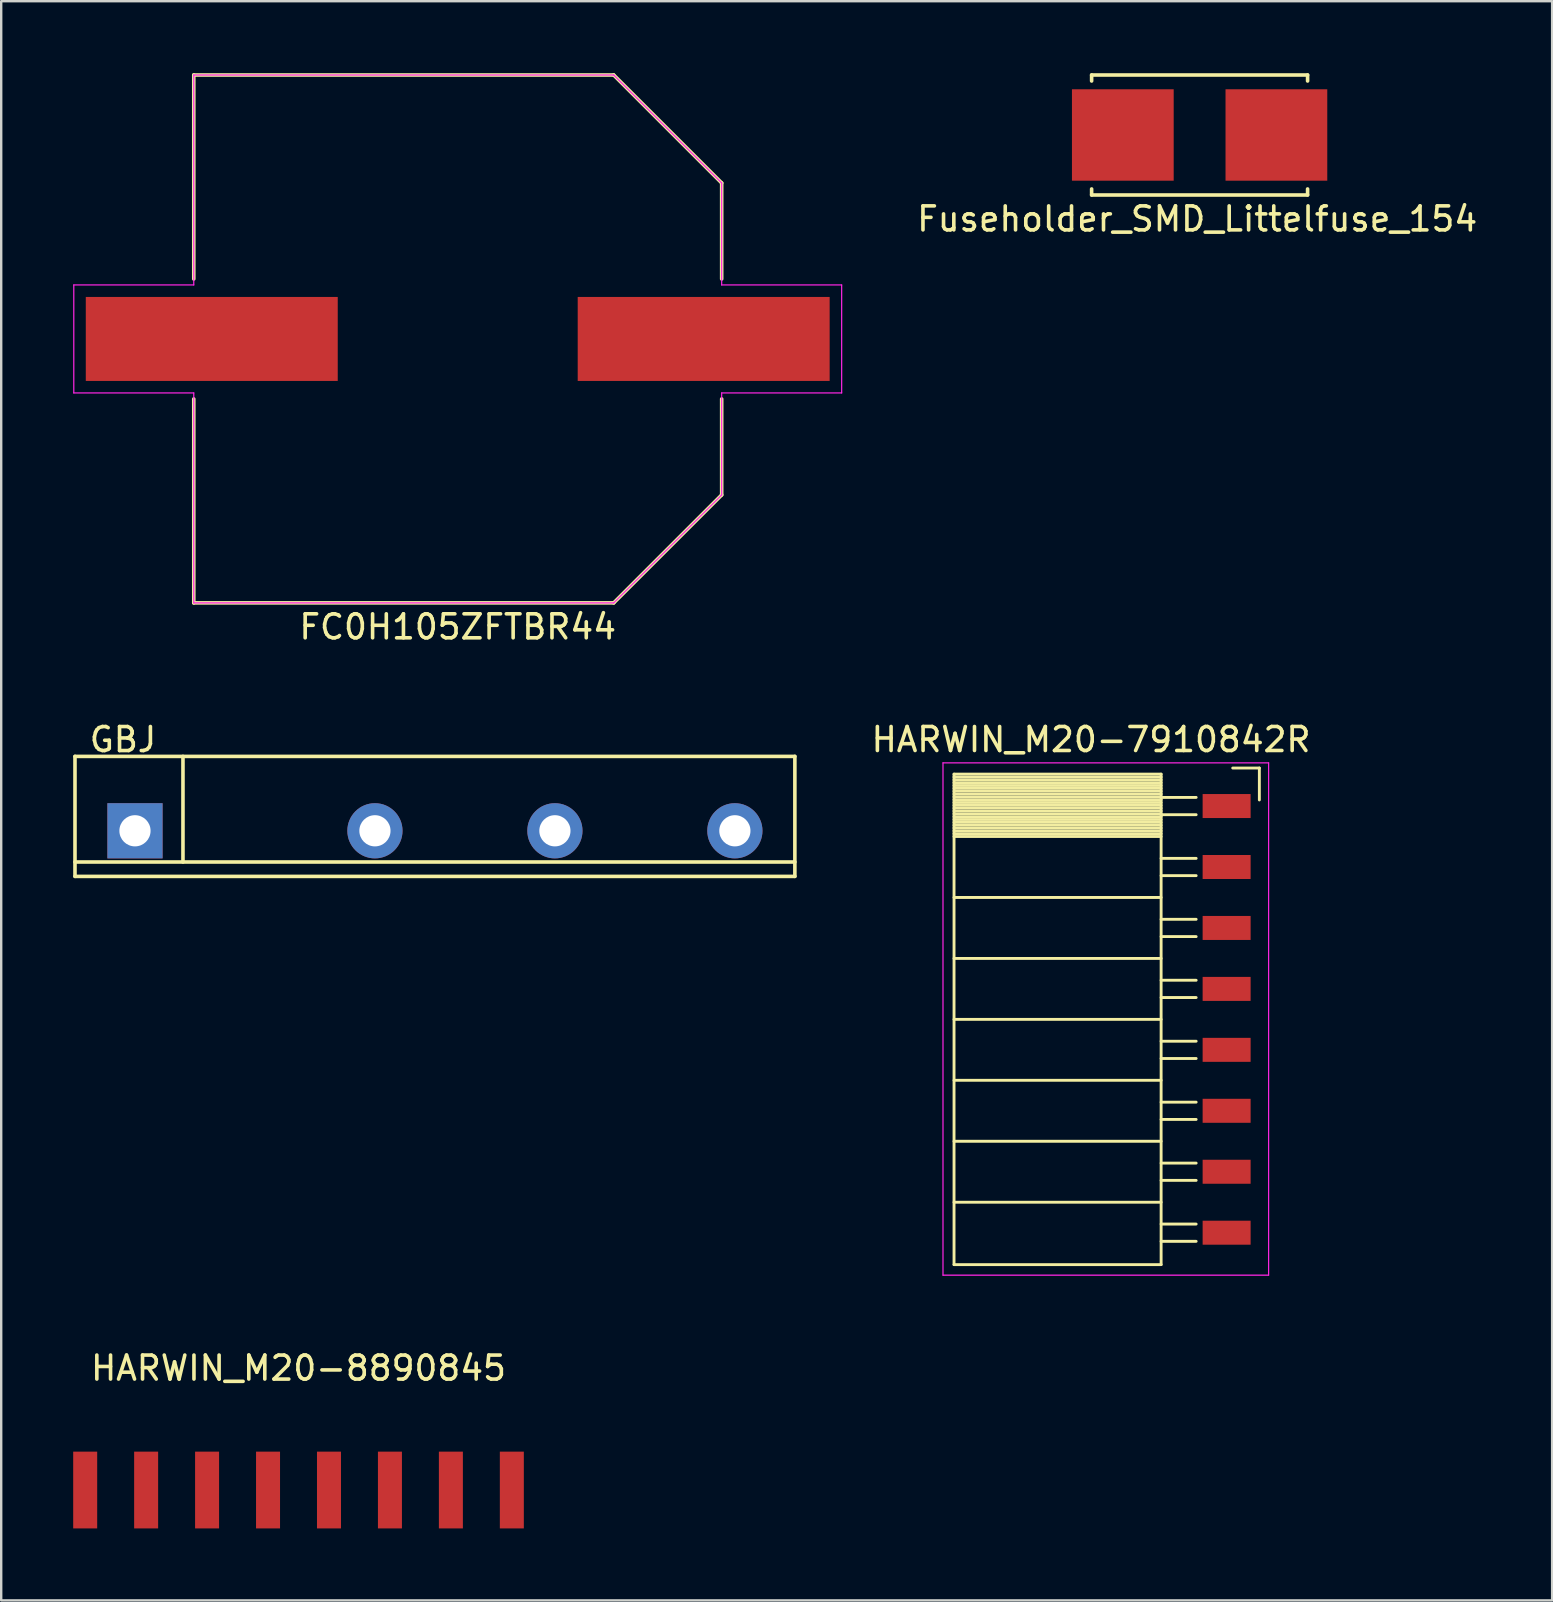
<source format=kicad_pcb>
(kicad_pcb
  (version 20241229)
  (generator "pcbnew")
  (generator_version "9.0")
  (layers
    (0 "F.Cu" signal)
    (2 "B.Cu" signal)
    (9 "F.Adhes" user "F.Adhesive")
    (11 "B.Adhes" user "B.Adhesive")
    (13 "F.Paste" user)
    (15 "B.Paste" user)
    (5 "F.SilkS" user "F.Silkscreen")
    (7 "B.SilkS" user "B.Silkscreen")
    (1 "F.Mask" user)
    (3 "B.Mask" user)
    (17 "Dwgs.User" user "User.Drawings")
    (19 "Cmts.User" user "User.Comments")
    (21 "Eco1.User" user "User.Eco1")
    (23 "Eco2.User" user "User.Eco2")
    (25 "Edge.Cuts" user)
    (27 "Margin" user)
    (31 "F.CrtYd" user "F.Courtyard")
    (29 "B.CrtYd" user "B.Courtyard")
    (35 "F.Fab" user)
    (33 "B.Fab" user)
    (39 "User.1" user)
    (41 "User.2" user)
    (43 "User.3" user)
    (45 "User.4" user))
  (footprint "Fuseholder_SMD_Littelfuse_154"
    (layer "F.Cu")
    (at 46.942 2.575)
    (property "Reference" "Fuseholder_SMD_Littelfuse_154" (at -0.1 3.5 0) (layer "F.SilkS") (effects (font (size 1 1) (thickness 0.15))))
    (attr through_hole)
    (fp_line (start -4.5 -2.5) (end -4.5 -2.25) (stroke (width 0.15) (type solid)) (layer "F.SilkS"))
    (fp_line (start -4.5 -2.5) (end 4.5 -2.5) (stroke (width 0.15) (type solid)) (layer "F.SilkS"))
    (fp_line (start -4.5 2.5) (end -4.5 2.25) (stroke (width 0.15) (type solid)) (layer "F.SilkS"))
    (fp_line (start -4.5 2.5) (end 4.5 2.5) (stroke (width 0.15) (type solid)) (layer "F.SilkS"))
    (fp_line (start 4.5 -2.5) (end 4.5 -2.25) (stroke (width 0.15) (type solid)) (layer "F.SilkS"))
    (fp_line (start 4.5 2.5) (end 4.5 2.25) (stroke (width 0.15) (type solid)) (layer "F.SilkS"))
    (pad "1" smd rect (at -3.2 0) (size 4.24 3.81) (layers "F.Cu" "F.Mask" "F.Paste"))
    (pad "2" smd rect (at 3.2 0) (size 4.24 3.81) (layers "F.Cu" "F.Mask" "F.Paste")))
  (footprint "FC0H105ZFTBR44"
    (layer "F.Cu")
    (at 16.025 11.075)
    (property "Reference" "FC0H105ZFTBR44" (at 0 12 0) (layer "F.SilkS") (effects (font (size 1 1) (thickness 0.15))))
    (attr through_hole)
    (fp_line (start -11 -11) (end 6.5 -11) (stroke (width 0.15) (type solid)) (layer "F.SilkS"))
    (fp_line (start -11 -2.5) (end -11 -11) (stroke (width 0.15) (type solid)) (layer "F.SilkS"))
    (fp_line (start -11 2.5) (end -11 11) (stroke (width 0.15) (type solid)) (layer "F.SilkS"))
    (fp_line (start -11 11) (end 6.5 11) (stroke (width 0.15) (type solid)) (layer "F.SilkS"))
    (fp_line (start 6.5 -11) (end 11 -6.5) (stroke (width 0.15) (type solid)) (layer "F.SilkS"))
    (fp_line (start 6.5 11) (end 11 6.5) (stroke (width 0.15) (type solid)) (layer "F.SilkS"))
    (fp_line (start 11 -6.5) (end 11 -2.5) (stroke (width 0.15) (type solid)) (layer "F.SilkS"))
    (fp_line (start 11 6.5) (end 11 2.5) (stroke (width 0.15) (type solid)) (layer "F.SilkS"))
    (fp_line (start -16 -2.25) (end -11 -2.25) (stroke (width 0.05) (type solid)) (layer "F.CrtYd"))
    (fp_line (start -16 2.25) (end -16 -2.25) (stroke (width 0.05) (type solid)) (layer "F.CrtYd"))
    (fp_line (start -11 -11) (end 6.5 -11) (stroke (width 0.05) (type solid)) (layer "F.CrtYd"))
    (fp_line (start -11 -2.25) (end -11 -11) (stroke (width 0.05) (type solid)) (layer "F.CrtYd"))
    (fp_line (start -11 2.25) (end -16 2.25) (stroke (width 0.05) (type solid)) (layer "F.CrtYd"))
    (fp_line (start -11 11) (end -11 2.25) (stroke (width 0.05) (type solid)) (layer "F.CrtYd"))
    (fp_line (start 6.5 -11) (end 11 -6.5) (stroke (width 0.05) (type solid)) (layer "F.CrtYd"))
    (fp_line (start 6.5 11) (end -11 11) (stroke (width 0.05) (type solid)) (layer "F.CrtYd"))
    (fp_line (start 11 -6.5) (end 11 -2.25) (stroke (width 0.05) (type solid)) (layer "F.CrtYd"))
    (fp_line (start 11 -2.25) (end 16 -2.25) (stroke (width 0.05) (type solid)) (layer "F.CrtYd"))
    (fp_line (start 11 2.25) (end 11 6.5) (stroke (width 0.05) (type solid)) (layer "F.CrtYd"))
    (fp_line (start 11 6.5) (end 6.5 11) (stroke (width 0.05) (type solid)) (layer "F.CrtYd"))
    (fp_line (start 16 -2.25) (end 16 2.25) (stroke (width 0.05) (type solid)) (layer "F.CrtYd"))
    (fp_line (start 16 2.25) (end 11 2.25) (stroke (width 0.05) (type solid)) (layer "F.CrtYd"))
    (pad "1" smd rect (at 10.25 0) (size 10.5 3.5) (layers "F.Cu" "F.Mask" "F.Paste"))
    (pad "2" smd rect (at -10.25 0) (size 10.5 3.5) (layers "F.Cu" "F.Mask" "F.Paste")))
  (footprint "HARWIN_M20-8890845"
    (layer "F.Cu")
    (at 9.39 59.045)
    (property "Reference" "HARWIN_M20-8890845" (at 0 -5.08 0) (layer "F.SilkS") (effects (font (size 1 1) (thickness 0.15))))
    (attr through_hole)
    (pad "1" smd rect (at -8.89 0) (size 1 3.2) (layers "F.Cu" "F.Mask" "F.Paste"))
    (pad "2" smd rect (at -6.35 0) (size 1 3.2) (layers "F.Cu" "F.Mask" "F.Paste"))
    (pad "3" smd rect (at -3.81 0) (size 1 3.2) (layers "F.Cu" "F.Mask" "F.Paste"))
    (pad "4" smd rect (at -1.27 0) (size 1 3.2) (layers "F.Cu" "F.Mask" "F.Paste"))
    (pad "5" smd rect (at 1.27 0) (size 1 3.2) (layers "F.Cu" "F.Mask" "F.Paste"))
    (pad "6" smd rect (at 3.81 0) (size 1 3.2) (layers "F.Cu" "F.Mask" "F.Paste"))
    (pad "7" smd rect (at 6.35 0) (size 1 3.2) (layers "F.Cu" "F.Mask" "F.Paste"))
    (pad "8" smd rect (at 8.89 0) (size 1 3.2) (layers "F.Cu" "F.Mask" "F.Paste")))
  (footprint "GBJ"
    (layer "F.Cu")
    (at 2.575 31.572)
    (property "Reference" "GBJ" (at -0.5 -3.8 0) (layer "F.SilkS") (effects (font (size 1 1) (thickness 0.15))))
    (attr through_hole)
    (fp_line (start -2.5 -3.1) (end -2.5 1.9) (stroke (width 0.15) (type solid)) (layer "F.SilkS"))
    (fp_line (start -2.5 1.3) (end 27.5 1.3) (stroke (width 0.15) (type solid)) (layer "F.SilkS"))
    (fp_line (start -2.5 1.9) (end 27.5 1.9) (stroke (width 0.15) (type solid)) (layer "F.SilkS"))
    (fp_line (start 2 1.3) (end 2 -3.1) (stroke (width 0.15) (type solid)) (layer "F.SilkS"))
    (fp_line (start 27.5 -3.1) (end -2.5 -3.1) (stroke (width 0.15) (type solid)) (layer "F.SilkS"))
    (fp_line (start 27.5 1.9) (end 27.5 -3.1) (stroke (width 0.15) (type solid)) (layer "F.SilkS"))
    (pad "1" thru_hole rect (at 0 0) (size 2.3 2.3) (drill 1.3) (layers "*.Cu" "*.Mask"))
    (pad "2" thru_hole circle (at 10 0) (size 2.3 2.3) (drill 1.3) (layers "*.Cu" "*.Mask"))
    (pad "3" thru_hole circle (at 17.5 0) (size 2.3 2.3) (drill 1.3) (layers "*.Cu" "*.Mask"))
    (pad "4" thru_hole circle (at 25 0) (size 2.3 2.3) (drill 1.3) (layers "*.Cu" "*.Mask")))
  (footprint "HARWIN_M20-7910842R"
    (layer "F.Cu")
    (at 48.068 30.541)
    (property "Reference" "HARWIN_M20-7910842R" (at -5.65 -2.77 0) (layer "F.SilkS") (effects (font (size 1 1) (thickness 0.15))))
    (attr through_hole)
    (fp_line (start -11.36 -1.33) (end -11.36 19.11) (stroke (width 0.12) (type solid)) (layer "F.SilkS"))
    (fp_line (start -11.36 -1.33) (end -2.73 -1.33) (stroke (width 0.12) (type solid)) (layer "F.SilkS"))
    (fp_line (start -11.36 -1.21) (end -2.73 -1.21) (stroke (width 0.12) (type solid)) (layer "F.SilkS"))
    (fp_line (start -11.36 -1.092) (end -2.73 -1.092) (stroke (width 0.12) (type solid)) (layer "F.SilkS"))
    (fp_line (start -11.36 -0.974) (end -2.73 -0.974) (stroke (width 0.12) (type solid)) (layer "F.SilkS"))
    (fp_line (start -11.36 -0.856) (end -2.73 -0.856) (stroke (width 0.12) (type solid)) (layer "F.SilkS"))
    (fp_line (start -11.36 -0.738) (end -2.73 -0.738) (stroke (width 0.12) (type solid)) (layer "F.SilkS"))
    (fp_line (start -11.36 -0.62) (end -2.73 -0.62) (stroke (width 0.12) (type solid)) (layer "F.SilkS"))
    (fp_line (start -11.36 -0.501) (end -2.73 -0.501) (stroke (width 0.12) (type solid)) (layer "F.SilkS"))
    (fp_line (start -11.36 -0.383) (end -2.73 -0.383) (stroke (width 0.12) (type solid)) (layer "F.SilkS"))
    (fp_line (start -11.36 -0.265) (end -2.73 -0.265) (stroke (width 0.12) (type solid)) (layer "F.SilkS"))
    (fp_line (start -11.36 -0.147) (end -2.73 -0.147) (stroke (width 0.12) (type solid)) (layer "F.SilkS"))
    (fp_line (start -11.36 -0.029) (end -2.73 -0.029) (stroke (width 0.12) (type solid)) (layer "F.SilkS"))
    (fp_line (start -11.36 0.089) (end -2.73 0.089) (stroke (width 0.12) (type solid)) (layer "F.SilkS"))
    (fp_line (start -11.36 0.207) (end -2.73 0.207) (stroke (width 0.12) (type solid)) (layer "F.SilkS"))
    (fp_line (start -11.36 0.325) (end -2.73 0.325) (stroke (width 0.12) (type solid)) (layer "F.SilkS"))
    (fp_line (start -11.36 0.443) (end -2.73 0.443) (stroke (width 0.12) (type solid)) (layer "F.SilkS"))
    (fp_line (start -11.36 0.561) (end -2.73 0.561) (stroke (width 0.12) (type solid)) (layer "F.SilkS"))
    (fp_line (start -11.36 0.68) (end -2.73 0.68) (stroke (width 0.12) (type solid)) (layer "F.SilkS"))
    (fp_line (start -11.36 0.798) (end -2.73 0.798) (stroke (width 0.12) (type solid)) (layer "F.SilkS"))
    (fp_line (start -11.36 0.916) (end -2.73 0.916) (stroke (width 0.12) (type solid)) (layer "F.SilkS"))
    (fp_line (start -11.36 1.034) (end -2.73 1.034) (stroke (width 0.12) (type solid)) (layer "F.SilkS"))
    (fp_line (start -11.36 1.152) (end -2.73 1.152) (stroke (width 0.12) (type solid)) (layer "F.SilkS"))
    (fp_line (start -11.36 1.27) (end -2.73 1.27) (stroke (width 0.12) (type solid)) (layer "F.SilkS"))
    (fp_line (start -11.36 3.81) (end -2.73 3.81) (stroke (width 0.12) (type solid)) (layer "F.SilkS"))
    (fp_line (start -11.36 6.35) (end -2.73 6.35) (stroke (width 0.12) (type solid)) (layer "F.SilkS"))
    (fp_line (start -11.36 8.89) (end -2.73 8.89) (stroke (width 0.12) (type solid)) (layer "F.SilkS"))
    (fp_line (start -11.36 11.43) (end -2.73 11.43) (stroke (width 0.12) (type solid)) (layer "F.SilkS"))
    (fp_line (start -11.36 13.97) (end -2.73 13.97) (stroke (width 0.12) (type solid)) (layer "F.SilkS"))
    (fp_line (start -11.36 16.51) (end -2.73 16.51) (stroke (width 0.12) (type solid)) (layer "F.SilkS"))
    (fp_line (start -11.36 19.11) (end -2.73 19.11) (stroke (width 0.12) (type solid)) (layer "F.SilkS"))
    (fp_line (start -2.73 -1.33) (end -2.73 19.11) (stroke (width 0.12) (type solid)) (layer "F.SilkS"))
    (fp_line (start -2.73 -0.36) (end -1.27 -0.36) (stroke (width 0.12) (type solid)) (layer "F.SilkS"))
    (fp_line (start -2.73 0.36) (end -1.27 0.36) (stroke (width 0.12) (type solid)) (layer "F.SilkS"))
    (fp_line (start -2.73 2.18) (end -1.27 2.18) (stroke (width 0.12) (type solid)) (layer "F.SilkS"))
    (fp_line (start -2.73 2.9) (end -1.27 2.9) (stroke (width 0.12) (type solid)) (layer "F.SilkS"))
    (fp_line (start -2.73 4.72) (end -1.27 4.72) (stroke (width 0.12) (type solid)) (layer "F.SilkS"))
    (fp_line (start -2.73 5.44) (end -1.27 5.44) (stroke (width 0.12) (type solid)) (layer "F.SilkS"))
    (fp_line (start -2.73 7.26) (end -1.27 7.26) (stroke (width 0.12) (type solid)) (layer "F.SilkS"))
    (fp_line (start -2.73 7.98) (end -1.27 7.98) (stroke (width 0.12) (type solid)) (layer "F.SilkS"))
    (fp_line (start -2.73 9.8) (end -1.27 9.8) (stroke (width 0.12) (type solid)) (layer "F.SilkS"))
    (fp_line (start -2.73 10.52) (end -1.27 10.52) (stroke (width 0.12) (type solid)) (layer "F.SilkS"))
    (fp_line (start -2.73 12.34) (end -1.27 12.34) (stroke (width 0.12) (type solid)) (layer "F.SilkS"))
    (fp_line (start -2.73 13.06) (end -1.27 13.06) (stroke (width 0.12) (type solid)) (layer "F.SilkS"))
    (fp_line (start -2.73 14.88) (end -1.27 14.88) (stroke (width 0.12) (type solid)) (layer "F.SilkS"))
    (fp_line (start -2.73 15.6) (end -1.27 15.6) (stroke (width 0.12) (type solid)) (layer "F.SilkS"))
    (fp_line (start -2.73 17.42) (end -1.27 17.42) (stroke (width 0.12) (type solid)) (layer "F.SilkS"))
    (fp_line (start -2.73 18.14) (end -1.27 18.14) (stroke (width 0.12) (type solid)) (layer "F.SilkS"))
    (fp_line (start 0.254 -1.584) (end 1.364 -1.584) (stroke (width 0.12) (type solid)) (layer "F.SilkS"))
    (fp_line (start 1.364 -1.584) (end 1.364 -0.254) (stroke (width 0.12) (type solid)) (layer "F.SilkS"))
    (fp_line (start -11.82 -1.8) (end -11.82 19.55) (stroke (width 0.05) (type solid)) (layer "F.CrtYd"))
    (fp_line (start -11.82 19.55) (end 1.75 19.55) (stroke (width 0.05) (type solid)) (layer "F.CrtYd"))
    (fp_line (start 1.75 -1.8) (end -11.82 -1.8) (stroke (width 0.05) (type solid)) (layer "F.CrtYd"))
    (fp_line (start 1.75 19.55) (end 1.75 -1.8) (stroke (width 0.05) (type solid)) (layer "F.CrtYd"))
    (pad "1" smd rect (at 0 0) (size 2 1) (layers "F.Cu" "F.Mask" "F.Paste"))
    (pad "2" smd rect (at 0 2.54) (size 2 1) (layers "F.Cu" "F.Mask" "F.Paste"))
    (pad "3" smd rect (at 0 5.08) (size 2 1) (layers "F.Cu" "F.Mask" "F.Paste"))
    (pad "4" smd rect (at 0 7.62) (size 2 1) (layers "F.Cu" "F.Mask" "F.Paste"))
    (pad "5" smd rect (at 0 10.16) (size 2 1) (layers "F.Cu" "F.Mask" "F.Paste"))
    (pad "6" smd rect (at 0 12.7) (size 2 1) (layers "F.Cu" "F.Mask" "F.Paste"))
    (pad "7" smd rect (at 0 15.24) (size 2 1) (layers "F.Cu" "F.Mask" "F.Paste"))
    (pad "8" smd rect (at 0 17.78) (size 2 1) (layers "F.Cu" "F.Mask" "F.Paste")))
  (gr_rect
    (start -3 -3)
    (end 61.633 63.645)
    (stroke (width 0.1) (type default))
    (fill no)
    (layer "Edge.Cuts")))
</source>
